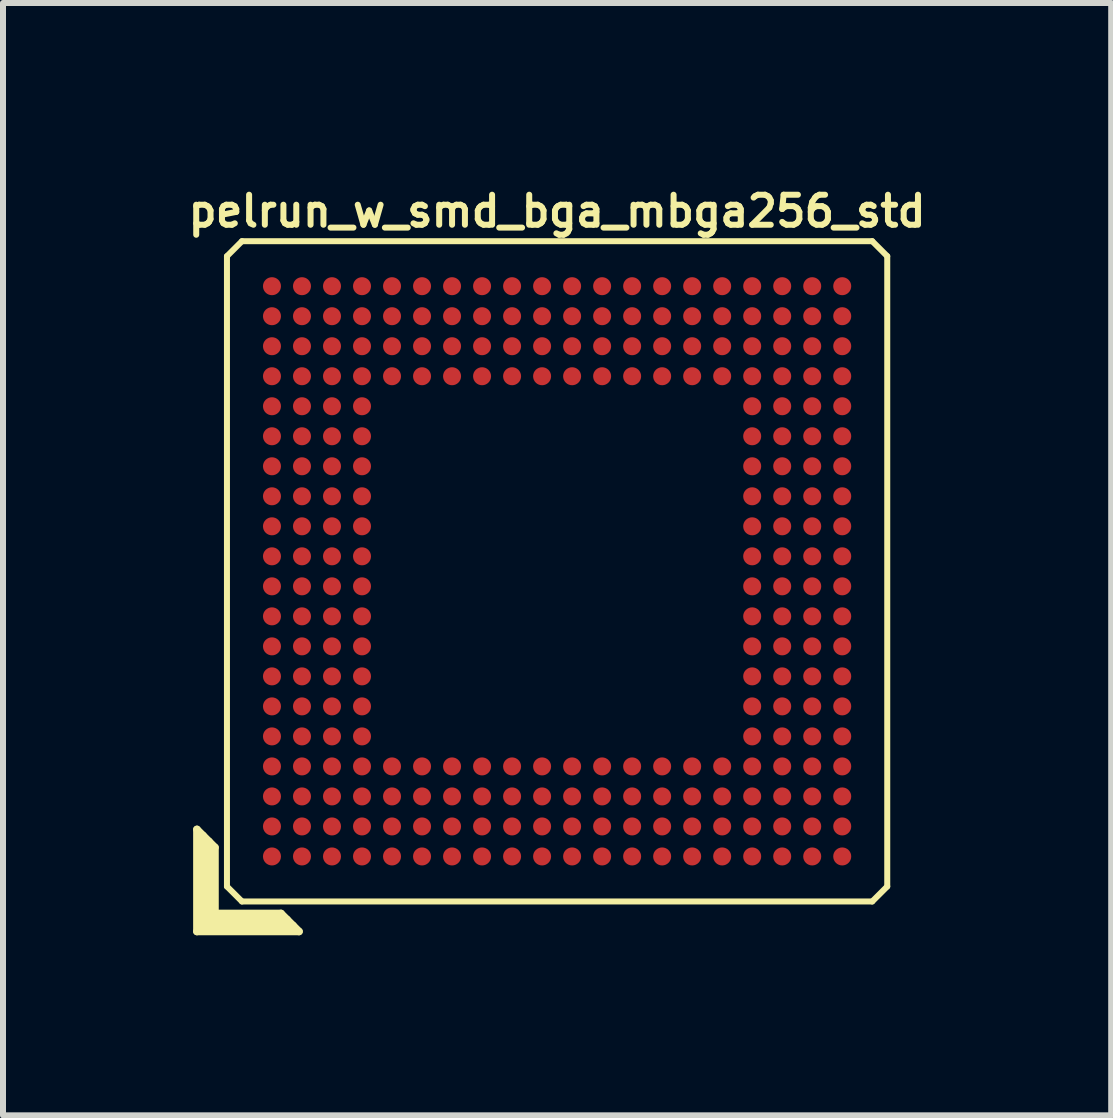
<source format=kicad_pcb>
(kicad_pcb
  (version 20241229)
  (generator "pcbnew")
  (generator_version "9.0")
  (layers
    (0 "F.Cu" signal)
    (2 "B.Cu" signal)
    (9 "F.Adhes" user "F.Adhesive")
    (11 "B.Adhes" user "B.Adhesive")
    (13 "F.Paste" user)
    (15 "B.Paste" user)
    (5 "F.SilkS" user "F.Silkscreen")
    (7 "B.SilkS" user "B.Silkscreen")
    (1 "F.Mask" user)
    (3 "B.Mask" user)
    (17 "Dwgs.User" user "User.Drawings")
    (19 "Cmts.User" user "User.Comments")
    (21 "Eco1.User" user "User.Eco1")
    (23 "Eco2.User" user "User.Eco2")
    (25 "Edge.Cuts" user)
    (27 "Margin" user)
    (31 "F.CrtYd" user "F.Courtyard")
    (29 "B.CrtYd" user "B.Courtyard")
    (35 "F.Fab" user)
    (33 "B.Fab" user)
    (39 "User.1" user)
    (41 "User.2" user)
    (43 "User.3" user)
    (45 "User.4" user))
  (footprint "pelrun_w_smd_bga_mbga256_std"
    (layer "F.Cu")
    (at 6.231 6.468)
    (property "Reference" "pelrun_w_smd_bga_mbga256_std" (at 0 -6 0) (layer "F.SilkS") (effects (font (size 0.5 0.5) (thickness 0.1))))
    (attr through_hole)
    (fp_line (start -6 4.3) (end -5.7 4.6) (stroke (width 0.127) (type solid)) (layer "F.SilkS"))
    (fp_line (start -6 6) (end -6 4.3) (stroke (width 0.127) (type solid)) (layer "F.SilkS"))
    (fp_line (start -5.9 4.4) (end -5.9 5.9) (stroke (width 0.127) (type solid)) (layer "F.SilkS"))
    (fp_line (start -5.9 5.9) (end -4.4 5.9) (stroke (width 0.127) (type solid)) (layer "F.SilkS"))
    (fp_line (start -5.8 5.8) (end -5.8 4.5) (stroke (width 0.127) (type solid)) (layer "F.SilkS"))
    (fp_line (start -5.7 4.6) (end -5.7 5.7) (stroke (width 0.127) (type solid)) (layer "F.SilkS"))
    (fp_line (start -5.7 5.7) (end -4.6 5.7) (stroke (width 0.127) (type solid)) (layer "F.SilkS"))
    (fp_line (start -5.5 -5.25) (end -5.5 5.25) (stroke (width 0.1) (type solid)) (layer "F.SilkS"))
    (fp_line (start -5.5 -5.25) (end -5.25 -5.5) (stroke (width 0.1) (type solid)) (layer "F.SilkS"))
    (fp_line (start -5.25 5.5) (end -5.5 5.25) (stroke (width 0.1) (type solid)) (layer "F.SilkS"))
    (fp_line (start -5.25 5.5) (end 5.25 5.5) (stroke (width 0.1) (type solid)) (layer "F.SilkS"))
    (fp_line (start -4.6 5.7) (end -4.3 6) (stroke (width 0.127) (type solid)) (layer "F.SilkS"))
    (fp_line (start -4.5 5.8) (end -5.8 5.8) (stroke (width 0.127) (type solid)) (layer "F.SilkS"))
    (fp_line (start -4.3 6) (end -6 6) (stroke (width 0.127) (type solid)) (layer "F.SilkS"))
    (fp_line (start 5.25 -5.5) (end -5.25 -5.5) (stroke (width 0.1) (type solid)) (layer "F.SilkS"))
    (fp_line (start 5.25 -5.5) (end 5.5 -5.25) (stroke (width 0.1) (type solid)) (layer "F.SilkS"))
    (fp_line (start 5.5 5.25) (end 5.25 5.5) (stroke (width 0.1) (type solid)) (layer "F.SilkS"))
    (fp_line (start 5.5 5.25) (end 5.5 -5.25) (stroke (width 0.1) (type solid)) (layer "F.SilkS"))
    (pad "A1" smd circle (at -4.75 4.75) (size 0.3 0.3) (layers "F.Cu" "F.Mask" "F.Paste"))
    (pad "A2" smd circle (at -4.75 4.25) (size 0.3 0.3) (layers "F.Cu" "F.Mask" "F.Paste"))
    (pad "A3" smd circle (at -4.75 3.75) (size 0.3 0.3) (layers "F.Cu" "F.Mask" "F.Paste"))
    (pad "A4" smd circle (at -4.75 3.25) (size 0.3 0.3) (layers "F.Cu" "F.Mask" "F.Paste"))
    (pad "A5" smd circle (at -4.75 2.75) (size 0.3 0.3) (layers "F.Cu" "F.Mask" "F.Paste"))
    (pad "A6" smd circle (at -4.75 2.25) (size 0.3 0.3) (layers "F.Cu" "F.Mask" "F.Paste"))
    (pad "A7" smd circle (at -4.75 1.75) (size 0.3 0.3) (layers "F.Cu" "F.Mask" "F.Paste"))
    (pad "A8" smd circle (at -4.75 1.25) (size 0.3 0.3) (layers "F.Cu" "F.Mask" "F.Paste"))
    (pad "A9" smd circle (at -4.75 0.75) (size 0.3 0.3) (layers "F.Cu" "F.Mask" "F.Paste"))
    (pad "A10" smd circle (at -4.75 0.25) (size 0.3 0.3) (layers "F.Cu" "F.Mask" "F.Paste"))
    (pad "A11" smd circle (at -4.75 -0.25) (size 0.3 0.3) (layers "F.Cu" "F.Mask" "F.Paste"))
    (pad "A12" smd circle (at -4.75 -0.75) (size 0.3 0.3) (layers "F.Cu" "F.Mask" "F.Paste"))
    (pad "A13" smd circle (at -4.75 -1.25) (size 0.3 0.3) (layers "F.Cu" "F.Mask" "F.Paste"))
    (pad "A14" smd circle (at -4.75 -1.75) (size 0.3 0.3) (layers "F.Cu" "F.Mask" "F.Paste"))
    (pad "A15" smd circle (at -4.75 -2.25) (size 0.3 0.3) (layers "F.Cu" "F.Mask" "F.Paste"))
    (pad "A16" smd circle (at -4.75 -2.75) (size 0.3 0.3) (layers "F.Cu" "F.Mask" "F.Paste"))
    (pad "A17" smd circle (at -4.75 -3.25) (size 0.3 0.3) (layers "F.Cu" "F.Mask" "F.Paste"))
    (pad "A18" smd circle (at -4.75 -3.75) (size 0.3 0.3) (layers "F.Cu" "F.Mask" "F.Paste"))
    (pad "A19" smd circle (at -4.75 -4.25) (size 0.3 0.3) (layers "F.Cu" "F.Mask" "F.Paste"))
    (pad "A20" smd circle (at -4.75 -4.75) (size 0.3 0.3) (layers "F.Cu" "F.Mask" "F.Paste"))
    (pad "B1" smd circle (at -4.25 4.75) (size 0.3 0.3) (layers "F.Cu" "F.Mask" "F.Paste"))
    (pad "B2" smd circle (at -4.25 4.25) (size 0.3 0.3) (layers "F.Cu" "F.Mask" "F.Paste"))
    (pad "B3" smd circle (at -4.25 3.75) (size 0.3 0.3) (layers "F.Cu" "F.Mask" "F.Paste"))
    (pad "B4" smd circle (at -4.25 3.25) (size 0.3 0.3) (layers "F.Cu" "F.Mask" "F.Paste"))
    (pad "B5" smd circle (at -4.25 2.75) (size 0.3 0.3) (layers "F.Cu" "F.Mask" "F.Paste"))
    (pad "B6" smd circle (at -4.25 2.25) (size 0.3 0.3) (layers "F.Cu" "F.Mask" "F.Paste"))
    (pad "B7" smd circle (at -4.25 1.75) (size 0.3 0.3) (layers "F.Cu" "F.Mask" "F.Paste"))
    (pad "B8" smd circle (at -4.25 1.25) (size 0.3 0.3) (layers "F.Cu" "F.Mask" "F.Paste"))
    (pad "B9" smd circle (at -4.25 0.75) (size 0.3 0.3) (layers "F.Cu" "F.Mask" "F.Paste"))
    (pad "B10" smd circle (at -4.25 0.25) (size 0.3 0.3) (layers "F.Cu" "F.Mask" "F.Paste"))
    (pad "B11" smd circle (at -4.25 -0.25) (size 0.3 0.3) (layers "F.Cu" "F.Mask" "F.Paste"))
    (pad "B12" smd circle (at -4.25 -0.75) (size 0.3 0.3) (layers "F.Cu" "F.Mask" "F.Paste"))
    (pad "B13" smd circle (at -4.25 -1.25) (size 0.3 0.3) (layers "F.Cu" "F.Mask" "F.Paste"))
    (pad "B14" smd circle (at -4.25 -1.75) (size 0.3 0.3) (layers "F.Cu" "F.Mask" "F.Paste"))
    (pad "B15" smd circle (at -4.25 -2.25) (size 0.3 0.3) (layers "F.Cu" "F.Mask" "F.Paste"))
    (pad "B16" smd circle (at -4.25 -2.75) (size 0.3 0.3) (layers "F.Cu" "F.Mask" "F.Paste"))
    (pad "B17" smd circle (at -4.25 -3.25) (size 0.3 0.3) (layers "F.Cu" "F.Mask" "F.Paste"))
    (pad "B18" smd circle (at -4.25 -3.75) (size 0.3 0.3) (layers "F.Cu" "F.Mask" "F.Paste"))
    (pad "B19" smd circle (at -4.25 -4.25) (size 0.3 0.3) (layers "F.Cu" "F.Mask" "F.Paste"))
    (pad "B20" smd circle (at -4.25 -4.75) (size 0.3 0.3) (layers "F.Cu" "F.Mask" "F.Paste"))
    (pad "C1" smd circle (at -3.75 4.75) (size 0.3 0.3) (layers "F.Cu" "F.Mask" "F.Paste"))
    (pad "C2" smd circle (at -3.75 4.25) (size 0.3 0.3) (layers "F.Cu" "F.Mask" "F.Paste"))
    (pad "C3" smd circle (at -3.75 3.75) (size 0.3 0.3) (layers "F.Cu" "F.Mask" "F.Paste"))
    (pad "C4" smd circle (at -3.75 3.25) (size 0.3 0.3) (layers "F.Cu" "F.Mask" "F.Paste"))
    (pad "C5" smd circle (at -3.75 2.75) (size 0.3 0.3) (layers "F.Cu" "F.Mask" "F.Paste"))
    (pad "C6" smd circle (at -3.75 2.25) (size 0.3 0.3) (layers "F.Cu" "F.Mask" "F.Paste"))
    (pad "C7" smd circle (at -3.75 1.75) (size 0.3 0.3) (layers "F.Cu" "F.Mask" "F.Paste"))
    (pad "C8" smd circle (at -3.75 1.25) (size 0.3 0.3) (layers "F.Cu" "F.Mask" "F.Paste"))
    (pad "C9" smd circle (at -3.75 0.75) (size 0.3 0.3) (layers "F.Cu" "F.Mask" "F.Paste"))
    (pad "C10" smd circle (at -3.75 0.25) (size 0.3 0.3) (layers "F.Cu" "F.Mask" "F.Paste"))
    (pad "C11" smd circle (at -3.75 -0.25) (size 0.3 0.3) (layers "F.Cu" "F.Mask" "F.Paste"))
    (pad "C12" smd circle (at -3.75 -0.75) (size 0.3 0.3) (layers "F.Cu" "F.Mask" "F.Paste"))
    (pad "C13" smd circle (at -3.75 -1.25) (size 0.3 0.3) (layers "F.Cu" "F.Mask" "F.Paste"))
    (pad "C14" smd circle (at -3.75 -1.75) (size 0.3 0.3) (layers "F.Cu" "F.Mask" "F.Paste"))
    (pad "C15" smd circle (at -3.75 -2.25) (size 0.3 0.3) (layers "F.Cu" "F.Mask" "F.Paste"))
    (pad "C16" smd circle (at -3.75 -2.75) (size 0.3 0.3) (layers "F.Cu" "F.Mask" "F.Paste"))
    (pad "C17" smd circle (at -3.75 -3.25) (size 0.3 0.3) (layers "F.Cu" "F.Mask" "F.Paste"))
    (pad "C18" smd circle (at -3.75 -3.75) (size 0.3 0.3) (layers "F.Cu" "F.Mask" "F.Paste"))
    (pad "C19" smd circle (at -3.75 -4.25) (size 0.3 0.3) (layers "F.Cu" "F.Mask" "F.Paste"))
    (pad "C20" smd circle (at -3.75 -4.75) (size 0.3 0.3) (layers "F.Cu" "F.Mask" "F.Paste"))
    (pad "D1" smd circle (at -3.25 4.75) (size 0.3 0.3) (layers "F.Cu" "F.Mask" "F.Paste"))
    (pad "D2" smd circle (at -3.25 4.25) (size 0.3 0.3) (layers "F.Cu" "F.Mask" "F.Paste"))
    (pad "D3" smd circle (at -3.25 3.75) (size 0.3 0.3) (layers "F.Cu" "F.Mask" "F.Paste"))
    (pad "D4" smd circle (at -3.25 3.25) (size 0.3 0.3) (layers "F.Cu" "F.Mask" "F.Paste"))
    (pad "D5" smd circle (at -3.25 2.75) (size 0.3 0.3) (layers "F.Cu" "F.Mask" "F.Paste"))
    (pad "D6" smd circle (at -3.25 2.25) (size 0.3 0.3) (layers "F.Cu" "F.Mask" "F.Paste"))
    (pad "D7" smd circle (at -3.25 1.75) (size 0.3 0.3) (layers "F.Cu" "F.Mask" "F.Paste"))
    (pad "D8" smd circle (at -3.25 1.25) (size 0.3 0.3) (layers "F.Cu" "F.Mask" "F.Paste"))
    (pad "D9" smd circle (at -3.25 0.75) (size 0.3 0.3) (layers "F.Cu" "F.Mask" "F.Paste"))
    (pad "D10" smd circle (at -3.25 0.25) (size 0.3 0.3) (layers "F.Cu" "F.Mask" "F.Paste"))
    (pad "D11" smd circle (at -3.25 -0.25) (size 0.3 0.3) (layers "F.Cu" "F.Mask" "F.Paste"))
    (pad "D12" smd circle (at -3.25 -0.75) (size 0.3 0.3) (layers "F.Cu" "F.Mask" "F.Paste"))
    (pad "D13" smd circle (at -3.25 -1.25) (size 0.3 0.3) (layers "F.Cu" "F.Mask" "F.Paste"))
    (pad "D14" smd circle (at -3.25 -1.75) (size 0.3 0.3) (layers "F.Cu" "F.Mask" "F.Paste"))
    (pad "D15" smd circle (at -3.25 -2.25) (size 0.3 0.3) (layers "F.Cu" "F.Mask" "F.Paste"))
    (pad "D16" smd circle (at -3.25 -2.75) (size 0.3 0.3) (layers "F.Cu" "F.Mask" "F.Paste"))
    (pad "D17" smd circle (at -3.25 -3.25) (size 0.3 0.3) (layers "F.Cu" "F.Mask" "F.Paste"))
    (pad "D18" smd circle (at -3.25 -3.75) (size 0.3 0.3) (layers "F.Cu" "F.Mask" "F.Paste"))
    (pad "D19" smd circle (at -3.25 -4.25) (size 0.3 0.3) (layers "F.Cu" "F.Mask" "F.Paste"))
    (pad "D20" smd circle (at -3.25 -4.75) (size 0.3 0.3) (layers "F.Cu" "F.Mask" "F.Paste"))
    (pad "E1" smd circle (at -2.75 4.75) (size 0.3 0.3) (layers "F.Cu" "F.Mask" "F.Paste"))
    (pad "E2" smd circle (at -2.75 4.25) (size 0.3 0.3) (layers "F.Cu" "F.Mask" "F.Paste"))
    (pad "E3" smd circle (at -2.75 3.75) (size 0.3 0.3) (layers "F.Cu" "F.Mask" "F.Paste"))
    (pad "E4" smd circle (at -2.75 3.25) (size 0.3 0.3) (layers "F.Cu" "F.Mask" "F.Paste"))
    (pad "E17" smd circle (at -2.75 -3.25) (size 0.3 0.3) (layers "F.Cu" "F.Mask" "F.Paste"))
    (pad "E18" smd circle (at -2.75 -3.75) (size 0.3 0.3) (layers "F.Cu" "F.Mask" "F.Paste"))
    (pad "E19" smd circle (at -2.75 -4.25) (size 0.3 0.3) (layers "F.Cu" "F.Mask" "F.Paste"))
    (pad "E20" smd circle (at -2.75 -4.75) (size 0.3 0.3) (layers "F.Cu" "F.Mask" "F.Paste"))
    (pad "F1" smd circle (at -2.25 4.75) (size 0.3 0.3) (layers "F.Cu" "F.Mask" "F.Paste"))
    (pad "F2" smd circle (at -2.25 4.25) (size 0.3 0.3) (layers "F.Cu" "F.Mask" "F.Paste"))
    (pad "F3" smd circle (at -2.25 3.75) (size 0.3 0.3) (layers "F.Cu" "F.Mask" "F.Paste"))
    (pad "F4" smd circle (at -2.25 3.25) (size 0.3 0.3) (layers "F.Cu" "F.Mask" "F.Paste"))
    (pad "F17" smd circle (at -2.25 -3.25) (size 0.3 0.3) (layers "F.Cu" "F.Mask" "F.Paste"))
    (pad "F18" smd circle (at -2.25 -3.75) (size 0.3 0.3) (layers "F.Cu" "F.Mask" "F.Paste"))
    (pad "F19" smd circle (at -2.25 -4.25) (size 0.3 0.3) (layers "F.Cu" "F.Mask" "F.Paste"))
    (pad "F20" smd circle (at -2.25 -4.75) (size 0.3 0.3) (layers "F.Cu" "F.Mask" "F.Paste"))
    (pad "G1" smd circle (at -1.75 4.75) (size 0.3 0.3) (layers "F.Cu" "F.Mask" "F.Paste"))
    (pad "G2" smd circle (at -1.75 4.25) (size 0.3 0.3) (layers "F.Cu" "F.Mask" "F.Paste"))
    (pad "G3" smd circle (at -1.75 3.75) (size 0.3 0.3) (layers "F.Cu" "F.Mask" "F.Paste"))
    (pad "G4" smd circle (at -1.75 3.25) (size 0.3 0.3) (layers "F.Cu" "F.Mask" "F.Paste"))
    (pad "G17" smd circle (at -1.75 -3.25) (size 0.3 0.3) (layers "F.Cu" "F.Mask" "F.Paste"))
    (pad "G18" smd circle (at -1.75 -3.75) (size 0.3 0.3) (layers "F.Cu" "F.Mask" "F.Paste"))
    (pad "G19" smd circle (at -1.75 -4.25) (size 0.3 0.3) (layers "F.Cu" "F.Mask" "F.Paste"))
    (pad "G20" smd circle (at -1.75 -4.75) (size 0.3 0.3) (layers "F.Cu" "F.Mask" "F.Paste"))
    (pad "H1" smd circle (at -1.25 4.75) (size 0.3 0.3) (layers "F.Cu" "F.Mask" "F.Paste"))
    (pad "H2" smd circle (at -1.25 4.25) (size 0.3 0.3) (layers "F.Cu" "F.Mask" "F.Paste"))
    (pad "H3" smd circle (at -1.25 3.75) (size 0.3 0.3) (layers "F.Cu" "F.Mask" "F.Paste"))
    (pad "H4" smd circle (at -1.25 3.25) (size 0.3 0.3) (layers "F.Cu" "F.Mask" "F.Paste"))
    (pad "H17" smd circle (at -1.25 -3.25) (size 0.3 0.3) (layers "F.Cu" "F.Mask" "F.Paste"))
    (pad "H18" smd circle (at -1.25 -3.75) (size 0.3 0.3) (layers "F.Cu" "F.Mask" "F.Paste"))
    (pad "H19" smd circle (at -1.25 -4.25) (size 0.3 0.3) (layers "F.Cu" "F.Mask" "F.Paste"))
    (pad "H20" smd circle (at -1.25 -4.75) (size 0.3 0.3) (layers "F.Cu" "F.Mask" "F.Paste"))
    (pad "J1" smd circle (at -0.75 4.75) (size 0.3 0.3) (layers "F.Cu" "F.Mask" "F.Paste"))
    (pad "J2" smd circle (at -0.75 4.25) (size 0.3 0.3) (layers "F.Cu" "F.Mask" "F.Paste"))
    (pad "J3" smd circle (at -0.75 3.75) (size 0.3 0.3) (layers "F.Cu" "F.Mask" "F.Paste"))
    (pad "J4" smd circle (at -0.75 3.25) (size 0.3 0.3) (layers "F.Cu" "F.Mask" "F.Paste"))
    (pad "J17" smd circle (at -0.75 -3.25) (size 0.3 0.3) (layers "F.Cu" "F.Mask" "F.Paste"))
    (pad "J18" smd circle (at -0.75 -3.75) (size 0.3 0.3) (layers "F.Cu" "F.Mask" "F.Paste"))
    (pad "J19" smd circle (at -0.75 -4.25) (size 0.3 0.3) (layers "F.Cu" "F.Mask" "F.Paste"))
    (pad "J20" smd circle (at -0.75 -4.75) (size 0.3 0.3) (layers "F.Cu" "F.Mask" "F.Paste"))
    (pad "K1" smd circle (at -0.25 4.75) (size 0.3 0.3) (layers "F.Cu" "F.Mask" "F.Paste"))
    (pad "K2" smd circle (at -0.25 4.25) (size 0.3 0.3) (layers "F.Cu" "F.Mask" "F.Paste"))
    (pad "K3" smd circle (at -0.25 3.75) (size 0.3 0.3) (layers "F.Cu" "F.Mask" "F.Paste"))
    (pad "K4" smd circle (at -0.25 3.25) (size 0.3 0.3) (layers "F.Cu" "F.Mask" "F.Paste"))
    (pad "K17" smd circle (at -0.25 -3.25) (size 0.3 0.3) (layers "F.Cu" "F.Mask" "F.Paste"))
    (pad "K18" smd circle (at -0.25 -3.75) (size 0.3 0.3) (layers "F.Cu" "F.Mask" "F.Paste"))
    (pad "K19" smd circle (at -0.25 -4.25) (size 0.3 0.3) (layers "F.Cu" "F.Mask" "F.Paste"))
    (pad "K20" smd circle (at -0.25 -4.75) (size 0.3 0.3) (layers "F.Cu" "F.Mask" "F.Paste"))
    (pad "L1" smd circle (at 0.25 4.75) (size 0.3 0.3) (layers "F.Cu" "F.Mask" "F.Paste"))
    (pad "L2" smd circle (at 0.25 4.25) (size 0.3 0.3) (layers "F.Cu" "F.Mask" "F.Paste"))
    (pad "L3" smd circle (at 0.25 3.75) (size 0.3 0.3) (layers "F.Cu" "F.Mask" "F.Paste"))
    (pad "L4" smd circle (at 0.25 3.25) (size 0.3 0.3) (layers "F.Cu" "F.Mask" "F.Paste"))
    (pad "L17" smd circle (at 0.25 -3.25) (size 0.3 0.3) (layers "F.Cu" "F.Mask" "F.Paste"))
    (pad "L18" smd circle (at 0.25 -3.75) (size 0.3 0.3) (layers "F.Cu" "F.Mask" "F.Paste"))
    (pad "L19" smd circle (at 0.25 -4.25) (size 0.3 0.3) (layers "F.Cu" "F.Mask" "F.Paste"))
    (pad "L20" smd circle (at 0.25 -4.75) (size 0.3 0.3) (layers "F.Cu" "F.Mask" "F.Paste"))
    (pad "M1" smd circle (at 0.75 4.75) (size 0.3 0.3) (layers "F.Cu" "F.Mask" "F.Paste"))
    (pad "M2" smd circle (at 0.75 4.25) (size 0.3 0.3) (layers "F.Cu" "F.Mask" "F.Paste"))
    (pad "M3" smd circle (at 0.75 3.75) (size 0.3 0.3) (layers "F.Cu" "F.Mask" "F.Paste"))
    (pad "M4" smd circle (at 0.75 3.25) (size 0.3 0.3) (layers "F.Cu" "F.Mask" "F.Paste"))
    (pad "M17" smd circle (at 0.75 -3.25) (size 0.3 0.3) (layers "F.Cu" "F.Mask" "F.Paste"))
    (pad "M18" smd circle (at 0.75 -3.75) (size 0.3 0.3) (layers "F.Cu" "F.Mask" "F.Paste"))
    (pad "M19" smd circle (at 0.75 -4.25) (size 0.3 0.3) (layers "F.Cu" "F.Mask" "F.Paste"))
    (pad "M20" smd circle (at 0.75 -4.75) (size 0.3 0.3) (layers "F.Cu" "F.Mask" "F.Paste"))
    (pad "N1" smd circle (at 1.25 4.75) (size 0.3 0.3) (layers "F.Cu" "F.Mask" "F.Paste"))
    (pad "N2" smd circle (at 1.25 4.25) (size 0.3 0.3) (layers "F.Cu" "F.Mask" "F.Paste"))
    (pad "N3" smd circle (at 1.25 3.75) (size 0.3 0.3) (layers "F.Cu" "F.Mask" "F.Paste"))
    (pad "N4" smd circle (at 1.25 3.25) (size 0.3 0.3) (layers "F.Cu" "F.Mask" "F.Paste"))
    (pad "N17" smd circle (at 1.25 -3.25) (size 0.3 0.3) (layers "F.Cu" "F.Mask" "F.Paste"))
    (pad "N18" smd circle (at 1.25 -3.75) (size 0.3 0.3) (layers "F.Cu" "F.Mask" "F.Paste"))
    (pad "N19" smd circle (at 1.25 -4.25) (size 0.3 0.3) (layers "F.Cu" "F.Mask" "F.Paste"))
    (pad "N20" smd circle (at 1.25 -4.75) (size 0.3 0.3) (layers "F.Cu" "F.Mask" "F.Paste"))
    (pad "P1" smd circle (at 1.75 4.75) (size 0.3 0.3) (layers "F.Cu" "F.Mask" "F.Paste"))
    (pad "P2" smd circle (at 1.75 4.25) (size 0.3 0.3) (layers "F.Cu" "F.Mask" "F.Paste"))
    (pad "P3" smd circle (at 1.75 3.75) (size 0.3 0.3) (layers "F.Cu" "F.Mask" "F.Paste"))
    (pad "P4" smd circle (at 1.75 3.25) (size 0.3 0.3) (layers "F.Cu" "F.Mask" "F.Paste"))
    (pad "P17" smd circle (at 1.75 -3.25) (size 0.3 0.3) (layers "F.Cu" "F.Mask" "F.Paste"))
    (pad "P18" smd circle (at 1.75 -3.75) (size 0.3 0.3) (layers "F.Cu" "F.Mask" "F.Paste"))
    (pad "P19" smd circle (at 1.75 -4.25) (size 0.3 0.3) (layers "F.Cu" "F.Mask" "F.Paste"))
    (pad "P20" smd circle (at 1.75 -4.75) (size 0.3 0.3) (layers "F.Cu" "F.Mask" "F.Paste"))
    (pad "R1" smd circle (at 2.25 4.75) (size 0.3 0.3) (layers "F.Cu" "F.Mask" "F.Paste"))
    (pad "R2" smd circle (at 2.25 4.25) (size 0.3 0.3) (layers "F.Cu" "F.Mask" "F.Paste"))
    (pad "R3" smd circle (at 2.25 3.75) (size 0.3 0.3) (layers "F.Cu" "F.Mask" "F.Paste"))
    (pad "R4" smd circle (at 2.25 3.25) (size 0.3 0.3) (layers "F.Cu" "F.Mask" "F.Paste"))
    (pad "R17" smd circle (at 2.25 -3.25) (size 0.3 0.3) (layers "F.Cu" "F.Mask" "F.Paste"))
    (pad "R18" smd circle (at 2.25 -3.75) (size 0.3 0.3) (layers "F.Cu" "F.Mask" "F.Paste"))
    (pad "R19" smd circle (at 2.25 -4.25) (size 0.3 0.3) (layers "F.Cu" "F.Mask" "F.Paste"))
    (pad "R20" smd circle (at 2.25 -4.75) (size 0.3 0.3) (layers "F.Cu" "F.Mask" "F.Paste"))
    (pad "T1" smd circle (at 2.75 4.75) (size 0.3 0.3) (layers "F.Cu" "F.Mask" "F.Paste"))
    (pad "T2" smd circle (at 2.75 4.25) (size 0.3 0.3) (layers "F.Cu" "F.Mask" "F.Paste"))
    (pad "T3" smd circle (at 2.75 3.75) (size 0.3 0.3) (layers "F.Cu" "F.Mask" "F.Paste"))
    (pad "T4" smd circle (at 2.75 3.25) (size 0.3 0.3) (layers "F.Cu" "F.Mask" "F.Paste"))
    (pad "T17" smd circle (at 2.75 -3.25) (size 0.3 0.3) (layers "F.Cu" "F.Mask" "F.Paste"))
    (pad "T18" smd circle (at 2.75 -3.75) (size 0.3 0.3) (layers "F.Cu" "F.Mask" "F.Paste"))
    (pad "T19" smd circle (at 2.75 -4.25) (size 0.3 0.3) (layers "F.Cu" "F.Mask" "F.Paste"))
    (pad "T20" smd circle (at 2.75 -4.75) (size 0.3 0.3) (layers "F.Cu" "F.Mask" "F.Paste"))
    (pad "U1" smd circle (at 3.25 4.75) (size 0.3 0.3) (layers "F.Cu" "F.Mask" "F.Paste"))
    (pad "U2" smd circle (at 3.25 4.25) (size 0.3 0.3) (layers "F.Cu" "F.Mask" "F.Paste"))
    (pad "U3" smd circle (at 3.25 3.75) (size 0.3 0.3) (layers "F.Cu" "F.Mask" "F.Paste"))
    (pad "U4" smd circle (at 3.25 3.25) (size 0.3 0.3) (layers "F.Cu" "F.Mask" "F.Paste"))
    (pad "U5" smd circle (at 3.25 2.75) (size 0.3 0.3) (layers "F.Cu" "F.Mask" "F.Paste"))
    (pad "U6" smd circle (at 3.25 2.25) (size 0.3 0.3) (layers "F.Cu" "F.Mask" "F.Paste"))
    (pad "U7" smd circle (at 3.25 1.75) (size 0.3 0.3) (layers "F.Cu" "F.Mask" "F.Paste"))
    (pad "U8" smd circle (at 3.25 1.25) (size 0.3 0.3) (layers "F.Cu" "F.Mask" "F.Paste"))
    (pad "U9" smd circle (at 3.25 0.75) (size 0.3 0.3) (layers "F.Cu" "F.Mask" "F.Paste"))
    (pad "U10" smd circle (at 3.25 0.25) (size 0.3 0.3) (layers "F.Cu" "F.Mask" "F.Paste"))
    (pad "U11" smd circle (at 3.25 -0.25) (size 0.3 0.3) (layers "F.Cu" "F.Mask" "F.Paste"))
    (pad "U12" smd circle (at 3.25 -0.75) (size 0.3 0.3) (layers "F.Cu" "F.Mask" "F.Paste"))
    (pad "U13" smd circle (at 3.25 -1.25) (size 0.3 0.3) (layers "F.Cu" "F.Mask" "F.Paste"))
    (pad "U14" smd circle (at 3.25 -1.75) (size 0.3 0.3) (layers "F.Cu" "F.Mask" "F.Paste"))
    (pad "U15" smd circle (at 3.25 -2.25) (size 0.3 0.3) (layers "F.Cu" "F.Mask" "F.Paste"))
    (pad "U16" smd circle (at 3.25 -2.75) (size 0.3 0.3) (layers "F.Cu" "F.Mask" "F.Paste"))
    (pad "U17" smd circle (at 3.25 -3.25) (size 0.3 0.3) (layers "F.Cu" "F.Mask" "F.Paste"))
    (pad "U18" smd circle (at 3.25 -3.75) (size 0.3 0.3) (layers "F.Cu" "F.Mask" "F.Paste"))
    (pad "U19" smd circle (at 3.25 -4.25) (size 0.3 0.3) (layers "F.Cu" "F.Mask" "F.Paste"))
    (pad "U20" smd circle (at 3.25 -4.75) (size 0.3 0.3) (layers "F.Cu" "F.Mask" "F.Paste"))
    (pad "V1" smd circle (at 3.75 4.75) (size 0.3 0.3) (layers "F.Cu" "F.Mask" "F.Paste"))
    (pad "V2" smd circle (at 3.75 4.25) (size 0.3 0.3) (layers "F.Cu" "F.Mask" "F.Paste"))
    (pad "V3" smd circle (at 3.75 3.75) (size 0.3 0.3) (layers "F.Cu" "F.Mask" "F.Paste"))
    (pad "V4" smd circle (at 3.75 3.25) (size 0.3 0.3) (layers "F.Cu" "F.Mask" "F.Paste"))
    (pad "V5" smd circle (at 3.75 2.75) (size 0.3 0.3) (layers "F.Cu" "F.Mask" "F.Paste"))
    (pad "V6" smd circle (at 3.75 2.25) (size 0.3 0.3) (layers "F.Cu" "F.Mask" "F.Paste"))
    (pad "V7" smd circle (at 3.75 1.75) (size 0.3 0.3) (layers "F.Cu" "F.Mask" "F.Paste"))
    (pad "V8" smd circle (at 3.75 1.25) (size 0.3 0.3) (layers "F.Cu" "F.Mask" "F.Paste"))
    (pad "V9" smd circle (at 3.75 0.75) (size 0.3 0.3) (layers "F.Cu" "F.Mask" "F.Paste"))
    (pad "V10" smd circle (at 3.75 0.25) (size 0.3 0.3) (layers "F.Cu" "F.Mask" "F.Paste"))
    (pad "V11" smd circle (at 3.75 -0.25) (size 0.3 0.3) (layers "F.Cu" "F.Mask" "F.Paste"))
    (pad "V12" smd circle (at 3.75 -0.75) (size 0.3 0.3) (layers "F.Cu" "F.Mask" "F.Paste"))
    (pad "V13" smd circle (at 3.75 -1.25) (size 0.3 0.3) (layers "F.Cu" "F.Mask" "F.Paste"))
    (pad "V14" smd circle (at 3.75 -1.75) (size 0.3 0.3) (layers "F.Cu" "F.Mask" "F.Paste"))
    (pad "V15" smd circle (at 3.75 -2.25) (size 0.3 0.3) (layers "F.Cu" "F.Mask" "F.Paste"))
    (pad "V16" smd circle (at 3.75 -2.75) (size 0.3 0.3) (layers "F.Cu" "F.Mask" "F.Paste"))
    (pad "V17" smd circle (at 3.75 -3.25) (size 0.3 0.3) (layers "F.Cu" "F.Mask" "F.Paste"))
    (pad "V18" smd circle (at 3.75 -3.75) (size 0.3 0.3) (layers "F.Cu" "F.Mask" "F.Paste"))
    (pad "V19" smd circle (at 3.75 -4.25) (size 0.3 0.3) (layers "F.Cu" "F.Mask" "F.Paste"))
    (pad "V20" smd circle (at 3.75 -4.75) (size 0.3 0.3) (layers "F.Cu" "F.Mask" "F.Paste"))
    (pad "W1" smd circle (at 4.25 4.75) (size 0.3 0.3) (layers "F.Cu" "F.Mask" "F.Paste"))
    (pad "W2" smd circle (at 4.25 4.25) (size 0.3 0.3) (layers "F.Cu" "F.Mask" "F.Paste"))
    (pad "W3" smd circle (at 4.25 3.75) (size 0.3 0.3) (layers "F.Cu" "F.Mask" "F.Paste"))
    (pad "W4" smd circle (at 4.25 3.25) (size 0.3 0.3) (layers "F.Cu" "F.Mask" "F.Paste"))
    (pad "W5" smd circle (at 4.25 2.75) (size 0.3 0.3) (layers "F.Cu" "F.Mask" "F.Paste"))
    (pad "W6" smd circle (at 4.25 2.25) (size 0.3 0.3) (layers "F.Cu" "F.Mask" "F.Paste"))
    (pad "W7" smd circle (at 4.25 1.75) (size 0.3 0.3) (layers "F.Cu" "F.Mask" "F.Paste"))
    (pad "W8" smd circle (at 4.25 1.25) (size 0.3 0.3) (layers "F.Cu" "F.Mask" "F.Paste"))
    (pad "W9" smd circle (at 4.25 0.75) (size 0.3 0.3) (layers "F.Cu" "F.Mask" "F.Paste"))
    (pad "W10" smd circle (at 4.25 0.25) (size 0.3 0.3) (layers "F.Cu" "F.Mask" "F.Paste"))
    (pad "W11" smd circle (at 4.25 -0.25) (size 0.3 0.3) (layers "F.Cu" "F.Mask" "F.Paste"))
    (pad "W12" smd circle (at 4.25 -0.75) (size 0.3 0.3) (layers "F.Cu" "F.Mask" "F.Paste"))
    (pad "W13" smd circle (at 4.25 -1.25) (size 0.3 0.3) (layers "F.Cu" "F.Mask" "F.Paste"))
    (pad "W14" smd circle (at 4.25 -1.75) (size 0.3 0.3) (layers "F.Cu" "F.Mask" "F.Paste"))
    (pad "W15" smd circle (at 4.25 -2.25) (size 0.3 0.3) (layers "F.Cu" "F.Mask" "F.Paste"))
    (pad "W16" smd circle (at 4.25 -2.75) (size 0.3 0.3) (layers "F.Cu" "F.Mask" "F.Paste"))
    (pad "W17" smd circle (at 4.25 -3.25) (size 0.3 0.3) (layers "F.Cu" "F.Mask" "F.Paste"))
    (pad "W18" smd circle (at 4.25 -3.75) (size 0.3 0.3) (layers "F.Cu" "F.Mask" "F.Paste"))
    (pad "W19" smd circle (at 4.25 -4.25) (size 0.3 0.3) (layers "F.Cu" "F.Mask" "F.Paste"))
    (pad "W20" smd circle (at 4.25 -4.75) (size 0.3 0.3) (layers "F.Cu" "F.Mask" "F.Paste"))
    (pad "Y1" smd circle (at 4.75 4.75) (size 0.3 0.3) (layers "F.Cu" "F.Mask" "F.Paste"))
    (pad "Y2" smd circle (at 4.75 4.25) (size 0.3 0.3) (layers "F.Cu" "F.Mask" "F.Paste"))
    (pad "Y3" smd circle (at 4.75 3.75) (size 0.3 0.3) (layers "F.Cu" "F.Mask" "F.Paste"))
    (pad "Y4" smd circle (at 4.75 3.25) (size 0.3 0.3) (layers "F.Cu" "F.Mask" "F.Paste"))
    (pad "Y5" smd circle (at 4.75 2.75) (size 0.3 0.3) (layers "F.Cu" "F.Mask" "F.Paste"))
    (pad "Y6" smd circle (at 4.75 2.25) (size 0.3 0.3) (layers "F.Cu" "F.Mask" "F.Paste"))
    (pad "Y7" smd circle (at 4.75 1.75) (size 0.3 0.3) (layers "F.Cu" "F.Mask" "F.Paste"))
    (pad "Y8" smd circle (at 4.75 1.25) (size 0.3 0.3) (layers "F.Cu" "F.Mask" "F.Paste"))
    (pad "Y9" smd circle (at 4.75 0.75) (size 0.3 0.3) (layers "F.Cu" "F.Mask" "F.Paste"))
    (pad "Y10" smd circle (at 4.75 0.25) (size 0.3 0.3) (layers "F.Cu" "F.Mask" "F.Paste"))
    (pad "Y11" smd circle (at 4.75 -0.25) (size 0.3 0.3) (layers "F.Cu" "F.Mask" "F.Paste"))
    (pad "Y12" smd circle (at 4.75 -0.75) (size 0.3 0.3) (layers "F.Cu" "F.Mask" "F.Paste"))
    (pad "Y13" smd circle (at 4.75 -1.25) (size 0.3 0.3) (layers "F.Cu" "F.Mask" "F.Paste"))
    (pad "Y14" smd circle (at 4.75 -1.75) (size 0.3 0.3) (layers "F.Cu" "F.Mask" "F.Paste"))
    (pad "Y15" smd circle (at 4.75 -2.25) (size 0.3 0.3) (layers "F.Cu" "F.Mask" "F.Paste"))
    (pad "Y16" smd circle (at 4.75 -2.75) (size 0.3 0.3) (layers "F.Cu" "F.Mask" "F.Paste"))
    (pad "Y17" smd circle (at 4.75 -3.25) (size 0.3 0.3) (layers "F.Cu" "F.Mask" "F.Paste"))
    (pad "Y18" smd circle (at 4.75 -3.75) (size 0.3 0.3) (layers "F.Cu" "F.Mask" "F.Paste"))
    (pad "Y19" smd circle (at 4.75 -4.25) (size 0.3 0.3) (layers "F.Cu" "F.Mask" "F.Paste"))
    (pad "Y20" smd circle (at 4.75 -4.75) (size 0.3 0.3) (layers "F.Cu" "F.Mask" "F.Paste")))
  (gr_rect
    (start -3 -3)
    (end 15.462 15.531)
    (stroke (width 0.1) (type default))
    (fill no)
    (layer "Edge.Cuts")))
</source>
